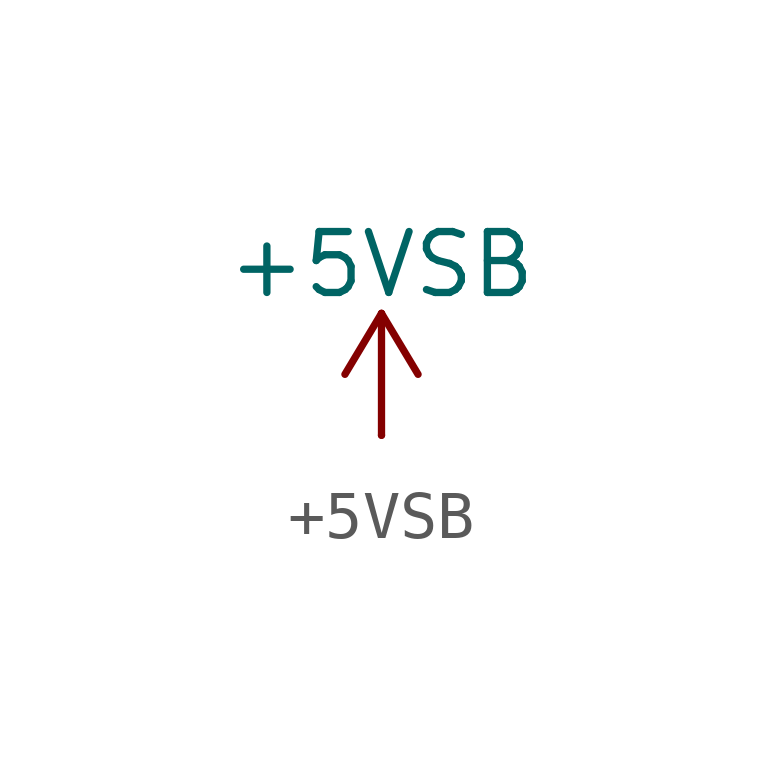
<source format=kicad_sym>
(kicad_symbol_lib
  (version 20231120)
  (generator "kicad_symbol_editor")
  (generator_version "8.0")
  (symbol "+5VSB"
    (power)
    (pin_numbers hide)
    (pin_names
      (offset 0) hide)
    (property "Reference" "#PWR"
      (at 0 -3.81 0)
      (effects (font (size 1.27 1.27)) (hide yes)))
    (property "Value" "+5VSB"
      (at 0 3.556 0)
      (effects (font (size 1.27 1.27))))
    (symbol "+5VSB_0_1"
      (polyline (pts (xy -0.762 1.27) (xy 0 2.54)) (stroke (width 0) (type default)) (fill (type none)))
      (polyline (pts (xy 0 0) (xy 0 2.54)) (stroke (width 0) (type default)) (fill (type none)))
      (polyline (pts (xy 0 2.54) (xy 0.762 1.27)) (stroke (width 0) (type default)) (fill (type none))))
    (symbol "+5VSB_1_1"
      (pin power_in line (at 0 0 90) (length 0) (name "~" (effects (font (size 1.27 1.27)))) (number "1" (effects (font (size 1.27 1.27))))))))
</source>
